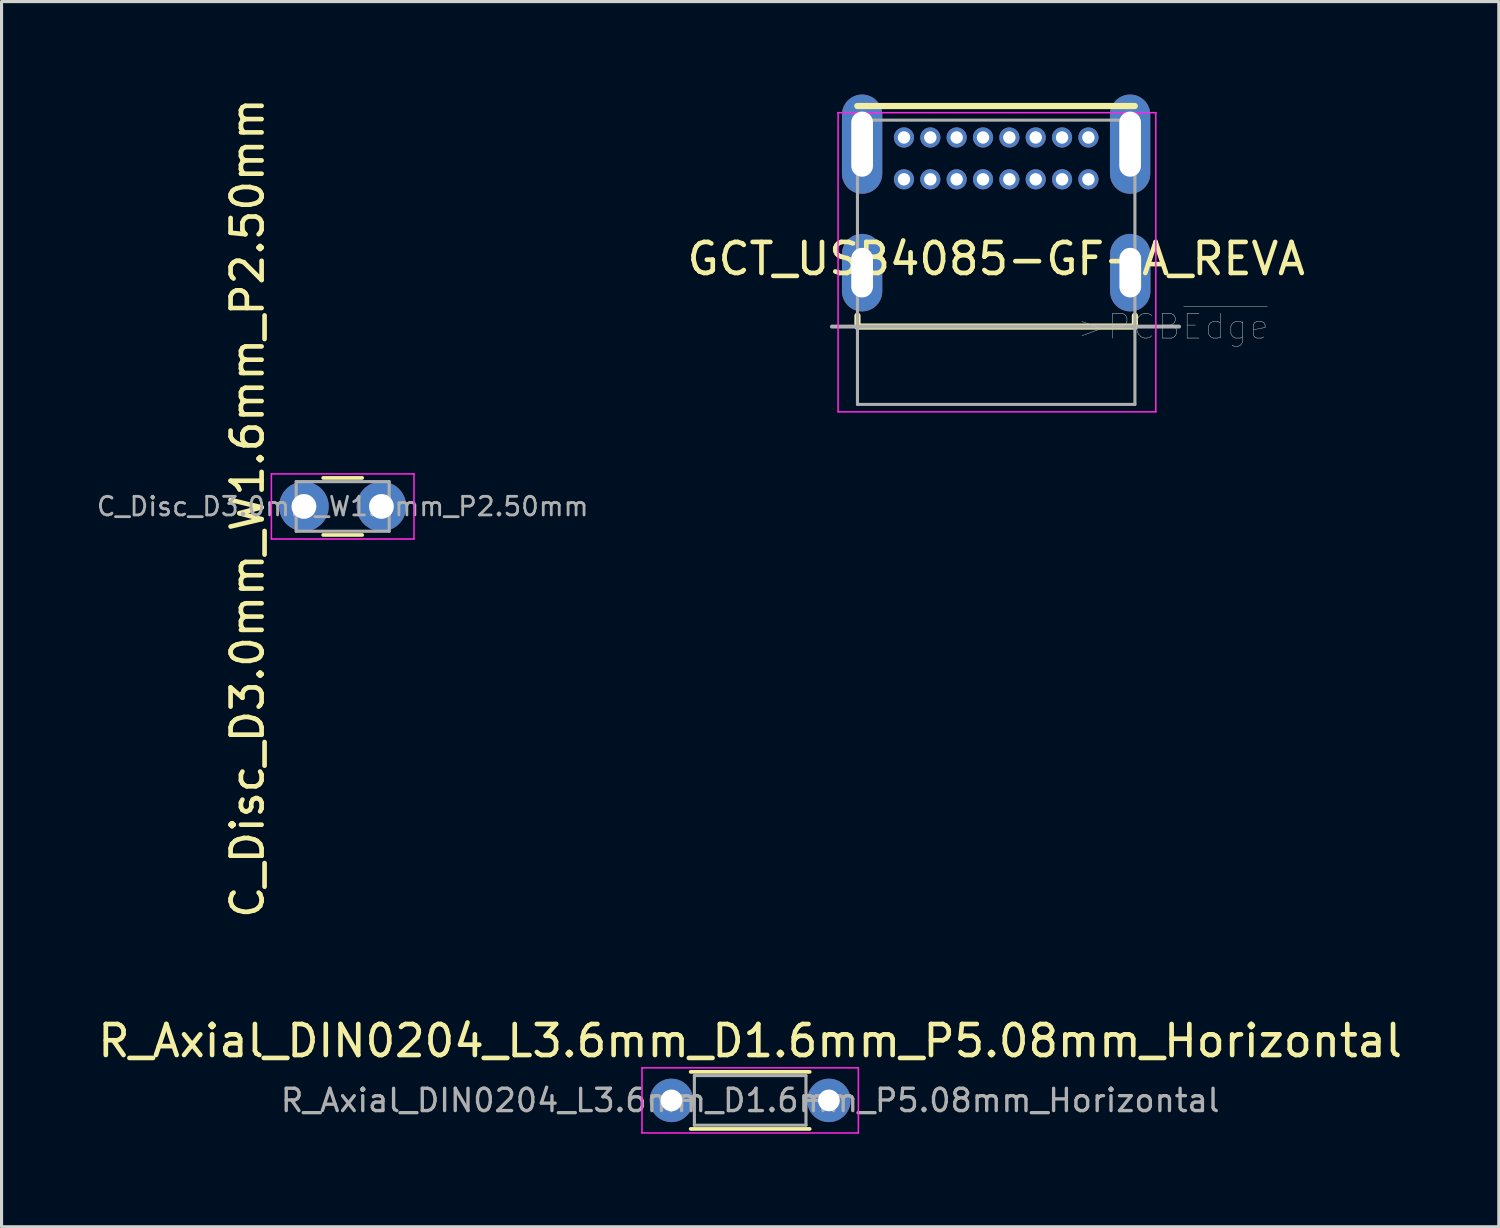
<source format=kicad_pcb>
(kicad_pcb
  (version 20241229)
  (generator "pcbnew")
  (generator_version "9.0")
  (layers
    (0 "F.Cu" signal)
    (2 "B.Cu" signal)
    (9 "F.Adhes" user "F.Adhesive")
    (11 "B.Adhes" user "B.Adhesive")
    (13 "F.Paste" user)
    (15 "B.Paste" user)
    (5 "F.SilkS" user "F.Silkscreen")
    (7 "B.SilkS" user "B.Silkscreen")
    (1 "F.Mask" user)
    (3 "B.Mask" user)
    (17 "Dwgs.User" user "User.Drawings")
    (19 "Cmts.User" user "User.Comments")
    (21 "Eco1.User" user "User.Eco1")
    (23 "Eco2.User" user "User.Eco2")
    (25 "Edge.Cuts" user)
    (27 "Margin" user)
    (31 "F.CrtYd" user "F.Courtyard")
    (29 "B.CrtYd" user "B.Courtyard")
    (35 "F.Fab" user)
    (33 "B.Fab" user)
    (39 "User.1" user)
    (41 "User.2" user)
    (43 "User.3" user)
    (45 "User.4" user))
  (footprint "C_Disc_D3.0mm_W1.6mm_P2.50mm"
    (layer "F.Cu")
    (at 6.754 13.287)
    (property "Reference" "C_Disc_D3.0mm_W1.6mm_P2.50mm" (at -1.82 0.052 90) (layer "F.SilkS") (effects (font (size 1 1) (thickness 0.15))))
    (attr through_hole)
    (fp_line (start 0.621 -0.92) (end 1.879 -0.92) (stroke (width 0.12) (type solid)) (layer "F.SilkS"))
    (fp_line (start 0.621 0.92) (end 1.879 0.92) (stroke (width 0.12) (type solid)) (layer "F.SilkS"))
    (fp_line (start -1.05 -1.05) (end -1.05 1.05) (stroke (width 0.05) (type solid)) (layer "F.CrtYd"))
    (fp_line (start -1.05 1.05) (end 3.55 1.05) (stroke (width 0.05) (type solid)) (layer "F.CrtYd"))
    (fp_line (start 3.55 -1.05) (end -1.05 -1.05) (stroke (width 0.05) (type solid)) (layer "F.CrtYd"))
    (fp_line (start 3.55 1.05) (end 3.55 -1.05) (stroke (width 0.05) (type solid)) (layer "F.CrtYd"))
    (fp_line (start -0.25 -0.8) (end -0.25 0.8) (stroke (width 0.1) (type solid)) (layer "F.Fab"))
    (fp_line (start -0.25 0.8) (end 2.75 0.8) (stroke (width 0.1) (type solid)) (layer "F.Fab"))
    (fp_line (start 2.75 -0.8) (end -0.25 -0.8) (stroke (width 0.1) (type solid)) (layer "F.Fab"))
    (fp_line (start 2.75 0.8) (end 2.75 -0.8) (stroke (width 0.1) (type solid)) (layer "F.Fab"))
    (fp_text user "${REFERENCE}" (at 1.25 0 0) (layer "F.Fab") (effects (font (size 0.6 0.6) (thickness 0.09))))
    (pad "1" thru_hole circle (at 0 0) (size 1.6 1.6) (drill 0.8) (layers "*.Cu" "*.Mask"))
    (pad "2" thru_hole circle (at 2.5 0) (size 1.6 1.6) (drill 0.8) (layers "*.Cu" "*.Mask")))
  (footprint "R_Axial_DIN0204_L3.6mm_D1.6mm_P5.08mm_Horizontal"
    (layer "F.Cu")
    (at 18.609 32.447)
    (property "Reference" "R_Axial_DIN0204_L3.6mm_D1.6mm_P5.08mm_Horizontal" (at 2.54 -1.92 0) (layer "F.SilkS") (effects (font (size 1 1) (thickness 0.15))))
    (attr through_hole)
    (fp_line (start 0.62 -0.92) (end 4.46 -0.92) (stroke (width 0.12) (type solid)) (layer "F.SilkS"))
    (fp_line (start 0.62 0.92) (end 4.46 0.92) (stroke (width 0.12) (type solid)) (layer "F.SilkS"))
    (fp_line (start -0.95 -1.05) (end -0.95 1.05) (stroke (width 0.05) (type solid)) (layer "F.CrtYd"))
    (fp_line (start -0.95 1.05) (end 6.03 1.05) (stroke (width 0.05) (type solid)) (layer "F.CrtYd"))
    (fp_line (start 6.03 -1.05) (end -0.95 -1.05) (stroke (width 0.05) (type solid)) (layer "F.CrtYd"))
    (fp_line (start 6.03 1.05) (end 6.03 -1.05) (stroke (width 0.05) (type solid)) (layer "F.CrtYd"))
    (fp_line (start 0 0) (end 0.74 0) (stroke (width 0.1) (type solid)) (layer "F.Fab"))
    (fp_line (start 0.74 -0.8) (end 0.74 0.8) (stroke (width 0.1) (type solid)) (layer "F.Fab"))
    (fp_line (start 0.74 0.8) (end 4.34 0.8) (stroke (width 0.1) (type solid)) (layer "F.Fab"))
    (fp_line (start 4.34 -0.8) (end 0.74 -0.8) (stroke (width 0.1) (type solid)) (layer "F.Fab"))
    (fp_line (start 4.34 0.8) (end 4.34 -0.8) (stroke (width 0.1) (type solid)) (layer "F.Fab"))
    (fp_line (start 5.08 0) (end 4.34 0) (stroke (width 0.1) (type solid)) (layer "F.Fab"))
    (fp_text user "${REFERENCE}" (at 2.54 0 0) (layer "F.Fab") (effects (font (size 0.72 0.72) (thickness 0.108))))
    (pad "1" thru_hole circle (at 0 0) (size 1.4 1.4) (drill 0.7) (layers "*.Cu" "*.Mask"))
    (pad "2" thru_hole oval (at 5.08 0) (size 1.4 1.4) (drill 0.7) (layers "*.Cu" "*.Mask")))
  (footprint "GCT_USB4085-GF-A_REVA"
    (layer "F.Cu")
    (at 29.085 5.41)
    (property "Reference" "GCT_USB4085-GF-A_REVA" (at 0 -0.11 0) (layer "F.SilkS") (effects (font (size 1 1) (thickness 0.15))))
    (attr through_hole)
    (fp_line (start -4.48 -5.04) (end 4.47 -5.04) (stroke (width 0.2) (type solid)) (layer "F.SilkS"))
    (fp_line (start -4.475 1.725) (end -4.475 2.075) (stroke (width 0.2) (type solid)) (layer "F.SilkS"))
    (fp_line (start -4.475 2.075) (end 4.475 2.075) (stroke (width 0.2) (type solid)) (layer "F.SilkS"))
    (fp_line (start 4.475 2.075) (end 4.475 1.725) (stroke (width 0.2) (type solid)) (layer "F.SilkS"))
    (fp_line (start -5.1 -4.825) (end 5.15 -4.825) (stroke (width 0.05) (type solid)) (layer "F.CrtYd"))
    (fp_line (start -5.1 4.825) (end -5.1 -4.825) (stroke (width 0.05) (type solid)) (layer "F.CrtYd"))
    (fp_line (start 5.15 -4.825) (end 5.15 4.825) (stroke (width 0.05) (type solid)) (layer "F.CrtYd"))
    (fp_line (start 5.15 4.825) (end -5.1 4.825) (stroke (width 0.05) (type solid)) (layer "F.CrtYd"))
    (fp_line (start -5.3 2.075) (end 5.9 2.075) (stroke (width 0.127) (type solid)) (layer "F.Fab"))
    (fp_line (start -4.475 -4.585) (end 4.475 -4.585) (stroke (width 0.1) (type solid)) (layer "F.Fab"))
    (fp_line (start -4.475 4.585) (end -4.475 -4.585) (stroke (width 0.1) (type solid)) (layer "F.Fab"))
    (fp_line (start 4.475 -4.585) (end 4.475 4.585) (stroke (width 0.1) (type solid)) (layer "F.Fab"))
    (fp_line (start 4.475 4.585) (end -4.475 4.585) (stroke (width 0.1) (type solid)) (layer "F.Fab"))
    (fp_text user ">PCB~{Edge}" (at 5.703 2.076 0) (layer "Dwgs.User") (effects (font (size 0.8 0.8) (thickness 0.015))))
    (pad "A1" thru_hole circle (at -2.975 -4.025) (size 0.65 0.65) (drill 0.4) (layers "*.Cu" "*.Mask"))
    (pad "A4" thru_hole circle (at -2.125 -4.025) (size 0.65 0.65) (drill 0.4) (layers "*.Cu" "*.Mask"))
    (pad "A5" thru_hole circle (at -1.275 -4.025) (size 0.65 0.65) (drill 0.4) (layers "*.Cu" "*.Mask"))
    (pad "A6" thru_hole circle (at -0.425 -4.025) (size 0.65 0.65) (drill 0.4) (layers "*.Cu" "*.Mask"))
    (pad "A7" thru_hole circle (at 0.425 -4.025) (size 0.65 0.65) (drill 0.4) (layers "*.Cu" "*.Mask"))
    (pad "A8" thru_hole circle (at 1.275 -4.025) (size 0.65 0.65) (drill 0.4) (layers "*.Cu" "*.Mask"))
    (pad "A9" thru_hole circle (at 2.125 -4.025) (size 0.65 0.65) (drill 0.4) (layers "*.Cu" "*.Mask"))
    (pad "A12" thru_hole circle (at 2.975 -4.025) (size 0.65 0.65) (drill 0.4) (layers "*.Cu" "*.Mask"))
    (pad "B1" thru_hole circle (at 2.975 -2.675) (size 0.65 0.65) (drill 0.4) (layers "*.Cu" "*.Mask"))
    (pad "B4" thru_hole circle (at 2.125 -2.675) (size 0.65 0.65) (drill 0.4) (layers "*.Cu" "*.Mask"))
    (pad "B5" thru_hole circle (at 1.275 -2.675) (size 0.65 0.65) (drill 0.4) (layers "*.Cu" "*.Mask"))
    (pad "B6" thru_hole circle (at 0.425 -2.675) (size 0.65 0.65) (drill 0.4) (layers "*.Cu" "*.Mask"))
    (pad "B7" thru_hole circle (at -0.425 -2.675) (size 0.65 0.65) (drill 0.4) (layers "*.Cu" "*.Mask"))
    (pad "B8" thru_hole circle (at -1.275 -2.675) (size 0.65 0.65) (drill 0.4) (layers "*.Cu" "*.Mask"))
    (pad "B9" thru_hole circle (at -2.125 -2.675) (size 0.65 0.65) (drill 0.4) (layers "*.Cu" "*.Mask"))
    (pad "B12" thru_hole circle (at -2.975 -2.675) (size 0.65 0.65) (drill 0.4) (layers "*.Cu" "*.Mask"))
    (pad "P1" thru_hole oval (at -4.325 -3.81) (size 1.3 3.2) (drill oval 0.7 2.1) (layers "*.Cu" "*.Mask"))
    (pad "P2" thru_hole oval (at 4.32 -3.81) (size 1.3 3.2) (drill oval 0.7 2.1) (layers "*.Cu" "*.Mask"))
    (pad "P3" thru_hole oval (at 4.325 0.335) (size 1.3 2.5) (drill oval 0.7 1.6) (layers "*.Cu" "*.Mask"))
    (pad "P4" thru_hole oval (at -4.325 0.335) (size 1.3 2.5) (drill oval 0.7 1.6) (layers "*.Cu" "*.Mask")))
  (gr_rect
    (start -3 -3)
    (end 45.298 36.522)
    (stroke (width 0.1) (type default))
    (fill no)
    (layer "Edge.Cuts")))
</source>
